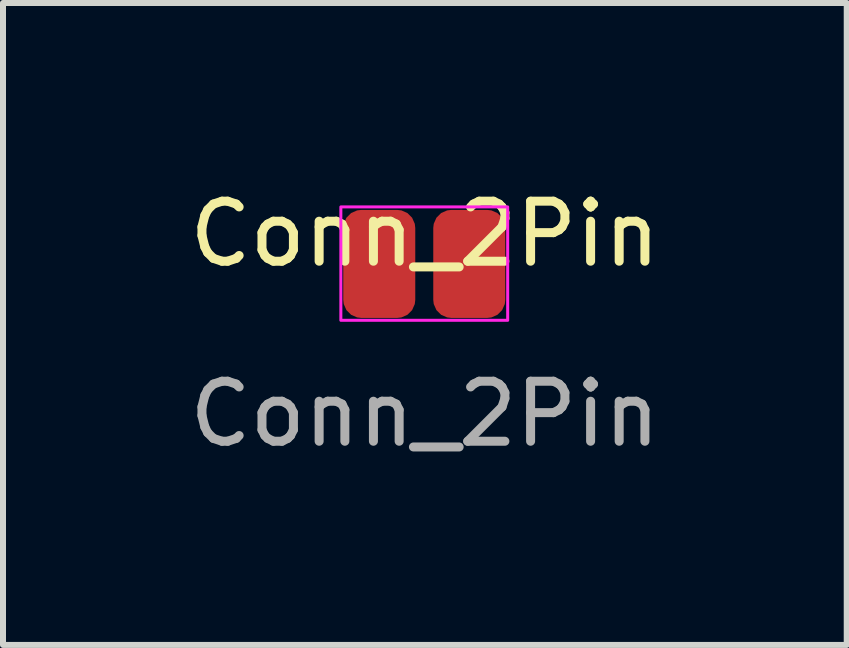
<source format=kicad_pcb>
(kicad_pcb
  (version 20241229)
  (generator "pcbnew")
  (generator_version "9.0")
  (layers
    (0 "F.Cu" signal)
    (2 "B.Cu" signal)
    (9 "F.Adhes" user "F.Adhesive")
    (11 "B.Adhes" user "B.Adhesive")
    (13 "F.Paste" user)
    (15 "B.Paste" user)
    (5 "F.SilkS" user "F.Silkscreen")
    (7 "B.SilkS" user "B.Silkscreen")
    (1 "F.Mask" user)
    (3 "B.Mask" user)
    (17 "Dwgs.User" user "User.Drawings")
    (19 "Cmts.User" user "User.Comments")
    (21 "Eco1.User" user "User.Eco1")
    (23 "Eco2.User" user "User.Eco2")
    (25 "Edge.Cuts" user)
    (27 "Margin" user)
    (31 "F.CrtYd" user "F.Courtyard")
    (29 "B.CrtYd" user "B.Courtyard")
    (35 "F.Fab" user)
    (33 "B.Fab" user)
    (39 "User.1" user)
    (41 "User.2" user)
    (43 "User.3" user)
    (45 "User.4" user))
  (footprint "Conn_2Pin"
    (layer "F.Cu")
    (at 4.03 1.348)
    (property "Reference" "Conn_2Pin" (at 0 -0.5 0) (unlocked yes) (layer "F.SilkS") (effects (font (size 1 1) (thickness 0.15))))
    (attr smd exclude_from_bom)
    (fp_rect (start -1.4 -0.95) (end 1.38 0.94) (stroke (width 0.05) (type solid)) (fill no) (layer "F.CrtYd"))
    (fp_text user "${REFERENCE}" (at 0 2.5 0) (unlocked yes) (layer "F.Fab") (effects (font (size 1 1) (thickness 0.15))))
    (pad "1" smd roundrect (at -0.76 0) (size 1.2 1.8) (layers "F.Cu" "F.Mask" "F.Paste") (roundrect_rratio 0.25))
    (pad "2" smd roundrect (at 0.74 0) (size 1.2 1.8) (layers "F.Cu" "F.Mask" "F.Paste") (roundrect_rratio 0.25)))
  (gr_rect
    (start -3 -3)
    (end 11.06 7.697)
    (stroke (width 0.1) (type default))
    (fill no)
    (layer "Edge.Cuts")))
</source>
